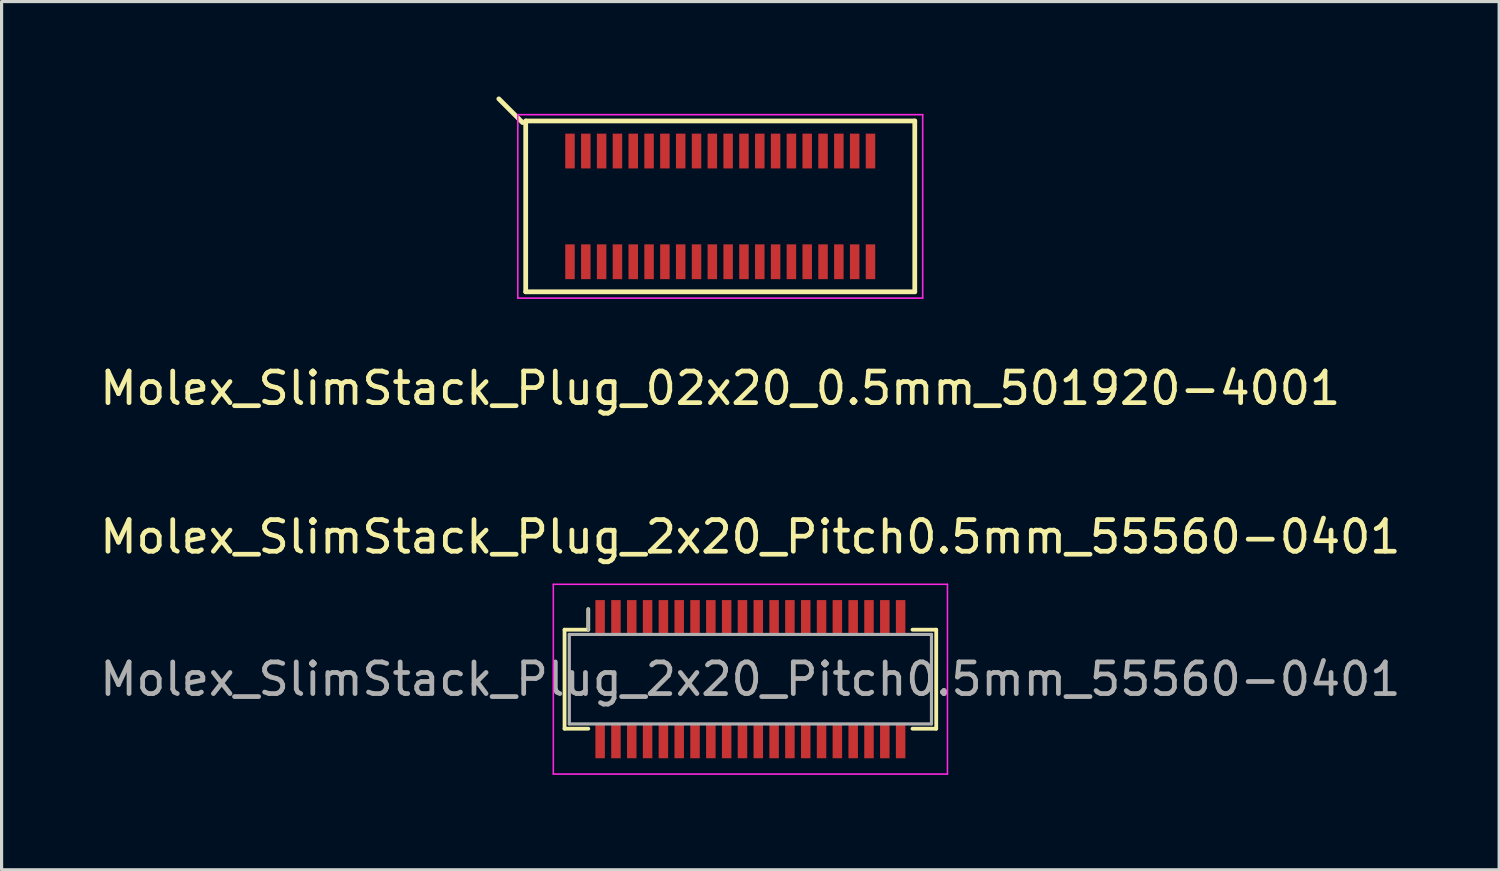
<source format=kicad_pcb>
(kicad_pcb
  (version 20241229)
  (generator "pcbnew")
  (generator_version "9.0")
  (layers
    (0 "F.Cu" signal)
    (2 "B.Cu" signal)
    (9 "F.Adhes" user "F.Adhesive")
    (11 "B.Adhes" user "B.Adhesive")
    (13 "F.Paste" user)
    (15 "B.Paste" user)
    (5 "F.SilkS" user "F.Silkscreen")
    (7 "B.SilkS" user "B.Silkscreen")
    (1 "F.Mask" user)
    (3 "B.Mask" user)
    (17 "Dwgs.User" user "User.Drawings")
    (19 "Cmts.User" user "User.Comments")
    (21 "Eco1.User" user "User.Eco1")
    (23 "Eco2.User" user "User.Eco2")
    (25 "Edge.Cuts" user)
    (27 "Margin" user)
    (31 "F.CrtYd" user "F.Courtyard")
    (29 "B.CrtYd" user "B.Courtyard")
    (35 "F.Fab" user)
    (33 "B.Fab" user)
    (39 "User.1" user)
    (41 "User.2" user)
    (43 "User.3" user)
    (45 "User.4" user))
  (footprint "Molex_SlimStack_Plug_2x20_Pitch0.5mm_55560-0401"
    (layer "F.Cu")
    (at 20.673 18.422)
    (property "Reference" "Molex_SlimStack_Plug_2x20_Pitch0.5mm_55560-0401" (at 0 -4.5 0) (layer "F.SilkS") (effects (font (size 1 1) (thickness 0.15))))
    (attr smd)
    (fp_line (start -5.875 -1.565) (end -5.125 -1.565) (stroke (width 0.12) (type solid)) (layer "F.SilkS"))
    (fp_line (start -5.875 1.565) (end -5.875 -1.565) (stroke (width 0.12) (type solid)) (layer "F.SilkS"))
    (fp_line (start -5.125 -1.565) (end -5.125 -2.215) (stroke (width 0.12) (type solid)) (layer "F.SilkS"))
    (fp_line (start -5.125 1.565) (end -5.875 1.565) (stroke (width 0.12) (type solid)) (layer "F.SilkS"))
    (fp_line (start 5.125 1.565) (end 5.875 1.565) (stroke (width 0.12) (type solid)) (layer "F.SilkS"))
    (fp_line (start 5.875 -1.565) (end 5.125 -1.565) (stroke (width 0.12) (type solid)) (layer "F.SilkS"))
    (fp_line (start 5.875 1.565) (end 5.875 -1.565) (stroke (width 0.12) (type solid)) (layer "F.SilkS"))
    (fp_line (start -6.23 -3) (end -6.23 3) (stroke (width 0.05) (type solid)) (layer "F.CrtYd"))
    (fp_line (start -6.23 3) (end 6.23 3) (stroke (width 0.05) (type solid)) (layer "F.CrtYd"))
    (fp_line (start 6.23 -3) (end -6.23 -3) (stroke (width 0.05) (type solid)) (layer "F.CrtYd"))
    (fp_line (start 6.23 3) (end 6.23 -3) (stroke (width 0.05) (type solid)) (layer "F.CrtYd"))
    (fp_line (start -5.725 -1.415) (end -5.725 1.415) (stroke (width 0.1) (type solid)) (layer "F.Fab"))
    (fp_line (start -5.725 1.415) (end 5.725 1.415) (stroke (width 0.1) (type solid)) (layer "F.Fab"))
    (fp_line (start -5.125 -1.565) (end -5.125 -2.215) (stroke (width 0.1) (type solid)) (layer "F.Fab"))
    (fp_line (start 5.725 -1.415) (end -5.725 -1.415) (stroke (width 0.1) (type solid)) (layer "F.Fab"))
    (fp_line (start 5.725 1.415) (end 5.725 -1.415) (stroke (width 0.1) (type solid)) (layer "F.Fab"))
    (fp_text user "${REFERENCE}" (at 0 0 0) (layer "F.Fab") (effects (font (size 1 1) (thickness 0.15))))
    (pad "1" smd rect (at -4.75 -1.95) (size 0.3 1.1) (layers "F.Cu" "F.Mask" "F.Paste"))
    (pad "2" smd rect (at -4.75 1.95) (size 0.3 1.1) (layers "F.Cu" "F.Mask" "F.Paste"))
    (pad "3" smd rect (at -4.25 -1.95) (size 0.3 1.1) (layers "F.Cu" "F.Mask" "F.Paste"))
    (pad "4" smd rect (at -4.25 1.95) (size 0.3 1.1) (layers "F.Cu" "F.Mask" "F.Paste"))
    (pad "5" smd rect (at -3.75 -1.95) (size 0.3 1.1) (layers "F.Cu" "F.Mask" "F.Paste"))
    (pad "6" smd rect (at -3.75 1.95) (size 0.3 1.1) (layers "F.Cu" "F.Mask" "F.Paste"))
    (pad "7" smd rect (at -3.25 -1.95) (size 0.3 1.1) (layers "F.Cu" "F.Mask" "F.Paste"))
    (pad "8" smd rect (at -3.25 1.95) (size 0.3 1.1) (layers "F.Cu" "F.Mask" "F.Paste"))
    (pad "9" smd rect (at -2.75 -1.95) (size 0.3 1.1) (layers "F.Cu" "F.Mask" "F.Paste"))
    (pad "10" smd rect (at -2.75 1.95) (size 0.3 1.1) (layers "F.Cu" "F.Mask" "F.Paste"))
    (pad "11" smd rect (at -2.25 -1.95) (size 0.3 1.1) (layers "F.Cu" "F.Mask" "F.Paste"))
    (pad "12" smd rect (at -2.25 1.95) (size 0.3 1.1) (layers "F.Cu" "F.Mask" "F.Paste"))
    (pad "13" smd rect (at -1.75 -1.95) (size 0.3 1.1) (layers "F.Cu" "F.Mask" "F.Paste"))
    (pad "14" smd rect (at -1.75 1.95) (size 0.3 1.1) (layers "F.Cu" "F.Mask" "F.Paste"))
    (pad "15" smd rect (at -1.25 -1.95) (size 0.3 1.1) (layers "F.Cu" "F.Mask" "F.Paste"))
    (pad "16" smd rect (at -1.25 1.95) (size 0.3 1.1) (layers "F.Cu" "F.Mask" "F.Paste"))
    (pad "17" smd rect (at -0.75 -1.95) (size 0.3 1.1) (layers "F.Cu" "F.Mask" "F.Paste"))
    (pad "18" smd rect (at -0.75 1.95) (size 0.3 1.1) (layers "F.Cu" "F.Mask" "F.Paste"))
    (pad "19" smd rect (at -0.25 -1.95) (size 0.3 1.1) (layers "F.Cu" "F.Mask" "F.Paste"))
    (pad "20" smd rect (at -0.25 1.95) (size 0.3 1.1) (layers "F.Cu" "F.Mask" "F.Paste"))
    (pad "21" smd rect (at 0.25 -1.95) (size 0.3 1.1) (layers "F.Cu" "F.Mask" "F.Paste"))
    (pad "22" smd rect (at 0.25 1.95) (size 0.3 1.1) (layers "F.Cu" "F.Mask" "F.Paste"))
    (pad "23" smd rect (at 0.75 -1.95) (size 0.3 1.1) (layers "F.Cu" "F.Mask" "F.Paste"))
    (pad "24" smd rect (at 0.75 1.95) (size 0.3 1.1) (layers "F.Cu" "F.Mask" "F.Paste"))
    (pad "25" smd rect (at 1.25 -1.95) (size 0.3 1.1) (layers "F.Cu" "F.Mask" "F.Paste"))
    (pad "26" smd rect (at 1.25 1.95) (size 0.3 1.1) (layers "F.Cu" "F.Mask" "F.Paste"))
    (pad "27" smd rect (at 1.75 -1.95) (size 0.3 1.1) (layers "F.Cu" "F.Mask" "F.Paste"))
    (pad "28" smd rect (at 1.75 1.95) (size 0.3 1.1) (layers "F.Cu" "F.Mask" "F.Paste"))
    (pad "29" smd rect (at 2.25 -1.95) (size 0.3 1.1) (layers "F.Cu" "F.Mask" "F.Paste"))
    (pad "30" smd rect (at 2.25 1.95) (size 0.3 1.1) (layers "F.Cu" "F.Mask" "F.Paste"))
    (pad "31" smd rect (at 2.75 -1.95) (size 0.3 1.1) (layers "F.Cu" "F.Mask" "F.Paste"))
    (pad "32" smd rect (at 2.75 1.95) (size 0.3 1.1) (layers "F.Cu" "F.Mask" "F.Paste"))
    (pad "33" smd rect (at 3.25 -1.95) (size 0.3 1.1) (layers "F.Cu" "F.Mask" "F.Paste"))
    (pad "34" smd rect (at 3.25 1.95) (size 0.3 1.1) (layers "F.Cu" "F.Mask" "F.Paste"))
    (pad "35" smd rect (at 3.75 -1.95) (size 0.3 1.1) (layers "F.Cu" "F.Mask" "F.Paste"))
    (pad "36" smd rect (at 3.75 1.95) (size 0.3 1.1) (layers "F.Cu" "F.Mask" "F.Paste"))
    (pad "37" smd rect (at 4.25 -1.95) (size 0.3 1.1) (layers "F.Cu" "F.Mask" "F.Paste"))
    (pad "38" smd rect (at 4.25 1.95) (size 0.3 1.1) (layers "F.Cu" "F.Mask" "F.Paste"))
    (pad "39" smd rect (at 4.75 -1.95) (size 0.3 1.1) (layers "F.Cu" "F.Mask" "F.Paste"))
    (pad "40" smd rect (at 4.75 1.95) (size 0.3 1.1) (layers "F.Cu" "F.Mask" "F.Paste")))
  (footprint "Molex_SlimStack_Plug_02x20_0.5mm_501920-4001"
    (layer "F.Cu")
    (at 19.72 3.475)
    (property "Reference" "Molex_SlimStack_Plug_02x20_0.5mm_501920-4001" (at 0 5.75 0) (layer "F.SilkS") (effects (font (size 1 1) (thickness 0.15))))
    (attr smd)
    (fp_line (start -6.25 -2.65) (end -7 -3.4) (stroke (width 0.15) (type solid)) (layer "F.SilkS"))
    (fp_line (start -6.15 -2.7) (end -6.15 2.7) (stroke (width 0.15) (type solid)) (layer "F.SilkS"))
    (fp_line (start -6.15 2.7) (end 6.15 2.7) (stroke (width 0.15) (type solid)) (layer "F.SilkS"))
    (fp_line (start 6.15 -2.7) (end -6.15 -2.7) (stroke (width 0.15) (type solid)) (layer "F.SilkS"))
    (fp_line (start 6.15 2.7) (end 6.15 -2.7) (stroke (width 0.15) (type solid)) (layer "F.SilkS"))
    (fp_line (start -6.4 -2.9) (end -6.4 2.9) (stroke (width 0.05) (type solid)) (layer "F.CrtYd"))
    (fp_line (start -6.4 2.9) (end 6.4 2.9) (stroke (width 0.05) (type solid)) (layer "F.CrtYd"))
    (fp_line (start 6.4 -2.9) (end -6.4 -2.9) (stroke (width 0.05) (type solid)) (layer "F.CrtYd"))
    (fp_line (start 6.4 2.9) (end 6.4 -2.9) (stroke (width 0.05) (type solid)) (layer "F.CrtYd"))
    (pad "1" smd rect (at -4.75 -1.75) (size 0.3 1.1) (layers "F.Cu" "F.Mask" "F.Paste"))
    (pad "2" smd rect (at -4.75 1.75) (size 0.3 1.1) (layers "F.Cu" "F.Mask" "F.Paste"))
    (pad "3" smd rect (at -4.25 -1.75) (size 0.3 1.1) (layers "F.Cu" "F.Mask" "F.Paste"))
    (pad "4" smd rect (at -4.25 1.75) (size 0.3 1.1) (layers "F.Cu" "F.Mask" "F.Paste"))
    (pad "5" smd rect (at -3.75 -1.75) (size 0.3 1.1) (layers "F.Cu" "F.Mask" "F.Paste"))
    (pad "6" smd rect (at -3.75 1.75) (size 0.3 1.1) (layers "F.Cu" "F.Mask" "F.Paste"))
    (pad "7" smd rect (at -3.25 -1.75) (size 0.3 1.1) (layers "F.Cu" "F.Mask" "F.Paste"))
    (pad "8" smd rect (at -3.25 1.75) (size 0.3 1.1) (layers "F.Cu" "F.Mask" "F.Paste"))
    (pad "9" smd rect (at -2.75 -1.75) (size 0.3 1.1) (layers "F.Cu" "F.Mask" "F.Paste"))
    (pad "10" smd rect (at -2.75 1.75) (size 0.3 1.1) (layers "F.Cu" "F.Mask" "F.Paste"))
    (pad "11" smd rect (at -2.25 -1.75) (size 0.3 1.1) (layers "F.Cu" "F.Mask" "F.Paste"))
    (pad "12" smd rect (at -2.25 1.75) (size 0.3 1.1) (layers "F.Cu" "F.Mask" "F.Paste"))
    (pad "13" smd rect (at -1.75 -1.75) (size 0.3 1.1) (layers "F.Cu" "F.Mask" "F.Paste"))
    (pad "14" smd rect (at -1.75 1.75) (size 0.3 1.1) (layers "F.Cu" "F.Mask" "F.Paste"))
    (pad "15" smd rect (at -1.25 -1.75) (size 0.3 1.1) (layers "F.Cu" "F.Mask" "F.Paste"))
    (pad "16" smd rect (at -1.25 1.75) (size 0.3 1.1) (layers "F.Cu" "F.Mask" "F.Paste"))
    (pad "17" smd rect (at -0.75 -1.75) (size 0.3 1.1) (layers "F.Cu" "F.Mask" "F.Paste"))
    (pad "18" smd rect (at -0.75 1.75) (size 0.3 1.1) (layers "F.Cu" "F.Mask" "F.Paste"))
    (pad "19" smd rect (at -0.25 -1.75) (size 0.3 1.1) (layers "F.Cu" "F.Mask" "F.Paste"))
    (pad "20" smd rect (at -0.25 1.75) (size 0.3 1.1) (layers "F.Cu" "F.Mask" "F.Paste"))
    (pad "21" smd rect (at 0.25 -1.75) (size 0.3 1.1) (layers "F.Cu" "F.Mask" "F.Paste"))
    (pad "22" smd rect (at 0.25 1.75) (size 0.3 1.1) (layers "F.Cu" "F.Mask" "F.Paste"))
    (pad "23" smd rect (at 0.75 -1.75) (size 0.3 1.1) (layers "F.Cu" "F.Mask" "F.Paste"))
    (pad "24" smd rect (at 0.75 1.75) (size 0.3 1.1) (layers "F.Cu" "F.Mask" "F.Paste"))
    (pad "25" smd rect (at 1.25 -1.75) (size 0.3 1.1) (layers "F.Cu" "F.Mask" "F.Paste"))
    (pad "26" smd rect (at 1.25 1.75) (size 0.3 1.1) (layers "F.Cu" "F.Mask" "F.Paste"))
    (pad "27" smd rect (at 1.75 -1.75) (size 0.3 1.1) (layers "F.Cu" "F.Mask" "F.Paste"))
    (pad "28" smd rect (at 1.75 1.75) (size 0.3 1.1) (layers "F.Cu" "F.Mask" "F.Paste"))
    (pad "29" smd rect (at 2.25 -1.75) (size 0.3 1.1) (layers "F.Cu" "F.Mask" "F.Paste"))
    (pad "30" smd rect (at 2.25 1.75) (size 0.3 1.1) (layers "F.Cu" "F.Mask" "F.Paste"))
    (pad "31" smd rect (at 2.75 -1.75) (size 0.3 1.1) (layers "F.Cu" "F.Mask" "F.Paste"))
    (pad "32" smd rect (at 2.75 1.75) (size 0.3 1.1) (layers "F.Cu" "F.Mask" "F.Paste"))
    (pad "33" smd rect (at 3.25 -1.75) (size 0.3 1.1) (layers "F.Cu" "F.Mask" "F.Paste"))
    (pad "34" smd rect (at 3.25 1.75) (size 0.3 1.1) (layers "F.Cu" "F.Mask" "F.Paste"))
    (pad "35" smd rect (at 3.75 -1.75) (size 0.3 1.1) (layers "F.Cu" "F.Mask" "F.Paste"))
    (pad "36" smd rect (at 3.75 1.75) (size 0.3 1.1) (layers "F.Cu" "F.Mask" "F.Paste"))
    (pad "37" smd rect (at 4.25 -1.75) (size 0.3 1.1) (layers "F.Cu" "F.Mask" "F.Paste"))
    (pad "38" smd rect (at 4.25 1.75) (size 0.3 1.1) (layers "F.Cu" "F.Mask" "F.Paste"))
    (pad "39" smd rect (at 4.75 -1.75) (size 0.3 1.1) (layers "F.Cu" "F.Mask" "F.Paste"))
    (pad "40" smd rect (at 4.75 1.75) (size 0.3 1.1) (layers "F.Cu" "F.Mask" "F.Paste")))
  (gr_rect
    (start -3 -3)
    (end 44.345 24.447)
    (stroke (width 0.1) (type default))
    (fill no)
    (layer "Edge.Cuts")))
</source>
